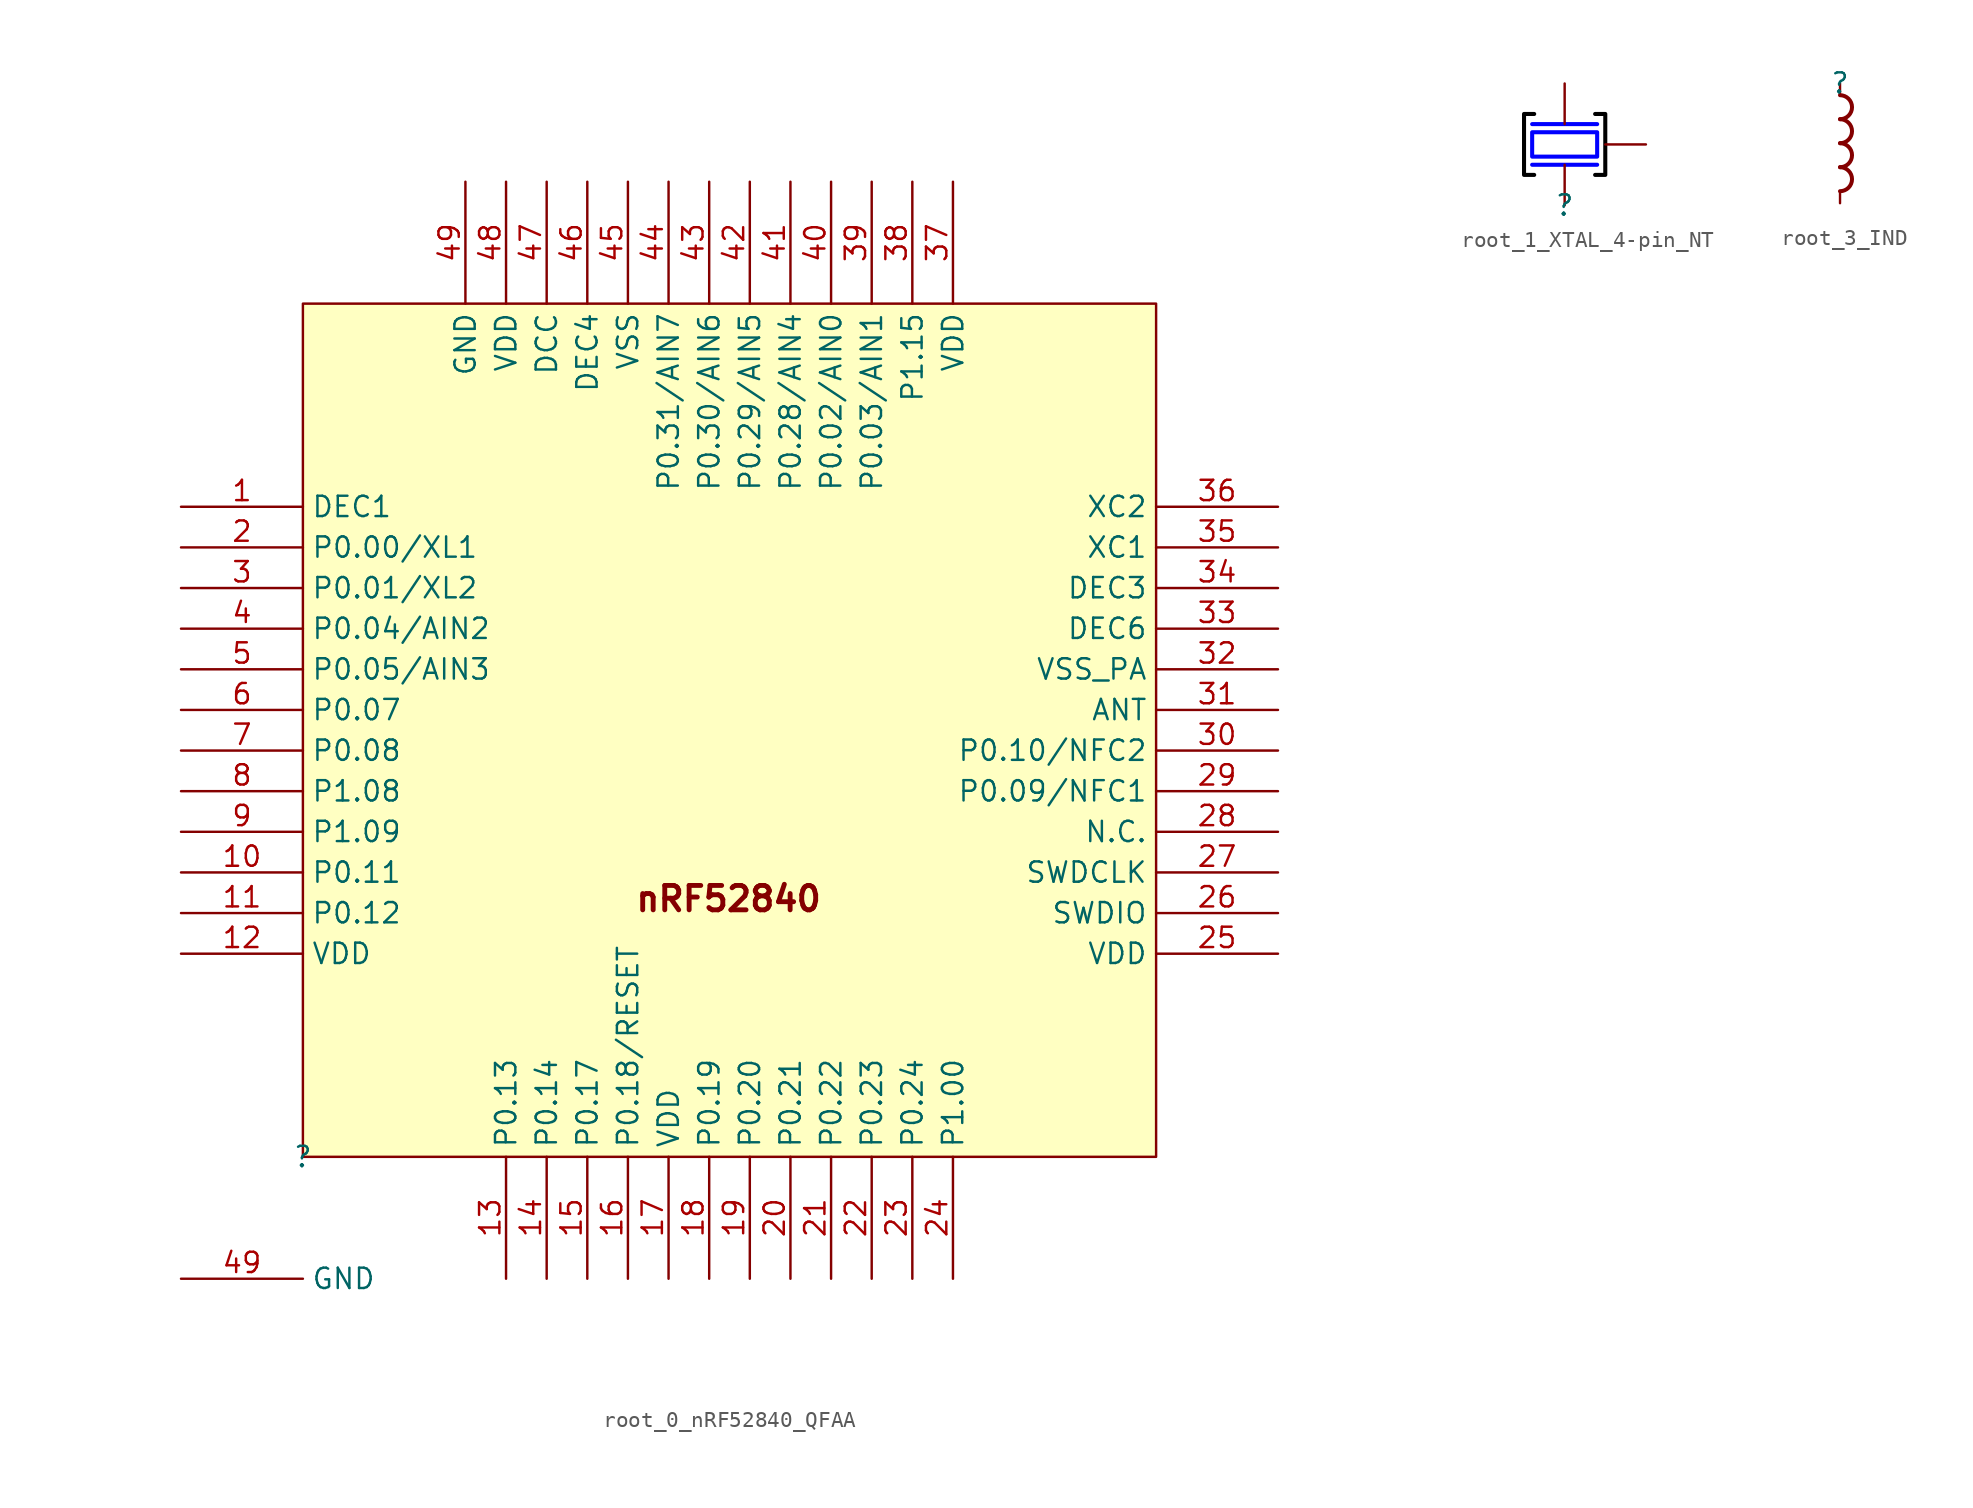
<source format=kicad_sym>
(kicad_symbol_lib
  (version 20220914)
  (generator kicad_symbol_editor)
  (symbol "root_0_nRF52840_QFAA"
    (property "Reference" ""
      (at 0 0 0)
      (effects (font (size 1.27 1.27))))
    (property "Value" ""
      (at 0 0 0)
      (effects (font (size 1.27 1.27))))
    (symbol "root_0_nRF52840_QFAA_1_0"
      (rectangle (start 53.34 53.34) (end 0 0) (stroke (width 0) (type solid)) (fill (type background)))
      (text "nRF52840" (at 20.681 15.24 0) (effects (font (size 1.524 1.524) bold) (justify left bottom)))
      (pin power_in line (at -7.62 40.64 0) (length 7.62) (name "DEC1" (effects (font (size 1.27 1.27)))) (number "1" (effects (font (size 1.27 1.27)))))
      (pin bidirectional line (at -7.62 17.78 0) (length 7.62) (name "P0.11" (effects (font (size 1.27 1.27)))) (number "10" (effects (font (size 1.27 1.27)))))
      (pin bidirectional line (at -7.62 15.24 0) (length 7.62) (name "P0.12" (effects (font (size 1.27 1.27)))) (number "11" (effects (font (size 1.27 1.27)))))
      (pin power_in line (at -7.62 12.7 0) (length 7.62) (name "VDD" (effects (font (size 1.27 1.27)))) (number "12" (effects (font (size 1.27 1.27)))))
      (pin bidirectional line (at 12.7 -7.62 90) (length 7.62) (name "P0.13" (effects (font (size 1.27 1.27)))) (number "13" (effects (font (size 1.27 1.27)))))
      (pin bidirectional line (at 15.24 -7.62 90) (length 7.62) (name "P0.14" (effects (font (size 1.27 1.27)))) (number "14" (effects (font (size 1.27 1.27)))))
      (pin bidirectional line (at 17.78 -7.62 90) (length 7.62) (name "P0.17" (effects (font (size 1.27 1.27)))) (number "15" (effects (font (size 1.27 1.27)))))
      (pin bidirectional line (at 20.32 -7.62 90) (length 7.62) (name "P0.18/RESET" (effects (font (size 1.27 1.27)))) (number "16" (effects (font (size 1.27 1.27)))))
      (pin power_in line (at 22.86 -7.62 90) (length 7.62) (name "VDD" (effects (font (size 1.27 1.27)))) (number "17" (effects (font (size 1.27 1.27)))))
      (pin bidirectional line (at 25.4 -7.62 90) (length 7.62) (name "P0.19" (effects (font (size 1.27 1.27)))) (number "18" (effects (font (size 1.27 1.27)))))
      (pin bidirectional line (at 27.94 -7.62 90) (length 7.62) (name "P0.20" (effects (font (size 1.27 1.27)))) (number "19" (effects (font (size 1.27 1.27)))))
      (pin bidirectional line (at -7.62 38.1 0) (length 7.62) (name "P0.00/XL1" (effects (font (size 1.27 1.27)))) (number "2" (effects (font (size 1.27 1.27)))))
      (pin bidirectional line (at 30.48 -7.62 90) (length 7.62) (name "P0.21" (effects (font (size 1.27 1.27)))) (number "20" (effects (font (size 1.27 1.27)))))
      (pin bidirectional line (at 33.02 -7.62 90) (length 7.62) (name "P0.22" (effects (font (size 1.27 1.27)))) (number "21" (effects (font (size 1.27 1.27)))))
      (pin bidirectional line (at 35.56 -7.62 90) (length 7.62) (name "P0.23" (effects (font (size 1.27 1.27)))) (number "22" (effects (font (size 1.27 1.27)))))
      (pin bidirectional line (at 38.1 -7.62 90) (length 7.62) (name "P0.24" (effects (font (size 1.27 1.27)))) (number "23" (effects (font (size 1.27 1.27)))))
      (pin bidirectional line (at 40.64 -7.62 90) (length 7.62) (name "P1.00" (effects (font (size 1.27 1.27)))) (number "24" (effects (font (size 1.27 1.27)))))
      (pin power_in line (at 60.96 12.7 180) (length 7.62) (name "VDD" (effects (font (size 1.27 1.27)))) (number "25" (effects (font (size 1.27 1.27)))))
      (pin input line (at 60.96 15.24 180) (length 7.62) (name "SWDIO" (effects (font (size 1.27 1.27)))) (number "26" (effects (font (size 1.27 1.27)))))
      (pin bidirectional line (at 60.96 17.78 180) (length 7.62) (name "SWDCLK" (effects (font (size 1.27 1.27)))) (number "27" (effects (font (size 1.27 1.27)))))
      (pin passive line (at 60.96 20.32 180) (length 7.62) (name "N.C." (effects (font (size 1.27 1.27)))) (number "28" (effects (font (size 1.27 1.27)))))
      (pin bidirectional line (at 60.96 22.86 180) (length 7.62) (name "P0.09/NFC1" (effects (font (size 1.27 1.27)))) (number "29" (effects (font (size 1.27 1.27)))))
      (pin bidirectional line (at -7.62 35.56 0) (length 7.62) (name "P0.01/XL2" (effects (font (size 1.27 1.27)))) (number "3" (effects (font (size 1.27 1.27)))))
      (pin bidirectional line (at 60.96 25.4 180) (length 7.62) (name "P0.10/NFC2" (effects (font (size 1.27 1.27)))) (number "30" (effects (font (size 1.27 1.27)))))
      (pin bidirectional line (at 60.96 27.94 180) (length 7.62) (name "ANT" (effects (font (size 1.27 1.27)))) (number "31" (effects (font (size 1.27 1.27)))))
      (pin power_in line (at 60.96 30.48 180) (length 7.62) (name "VSS_PA" (effects (font (size 1.27 1.27)))) (number "32" (effects (font (size 1.27 1.27)))))
      (pin power_in line (at 60.96 33.02 180) (length 7.62) (name "DEC6" (effects (font (size 1.27 1.27)))) (number "33" (effects (font (size 1.27 1.27)))))
      (pin power_in line (at 60.96 35.56 180) (length 7.62) (name "DEC3" (effects (font (size 1.27 1.27)))) (number "34" (effects (font (size 1.27 1.27)))))
      (pin input line (at 60.96 38.1 180) (length 7.62) (name "XC1" (effects (font (size 1.27 1.27)))) (number "35" (effects (font (size 1.27 1.27)))))
      (pin output line (at 60.96 40.64 180) (length 7.62) (name "XC2" (effects (font (size 1.27 1.27)))) (number "36" (effects (font (size 1.27 1.27)))))
      (pin power_in line (at 40.64 60.96 270) (length 7.62) (name "VDD" (effects (font (size 1.27 1.27)))) (number "37" (effects (font (size 1.27 1.27)))))
      (pin bidirectional line (at 38.1 60.96 270) (length 7.62) (name "P1.15" (effects (font (size 1.27 1.27)))) (number "38" (effects (font (size 1.27 1.27)))))
      (pin bidirectional line (at 35.56 60.96 270) (length 7.62) (name "P0.03/AIN1" (effects (font (size 1.27 1.27)))) (number "39" (effects (font (size 1.27 1.27)))))
      (pin bidirectional line (at -7.62 33.02 0) (length 7.62) (name "P0.04/AIN2" (effects (font (size 1.27 1.27)))) (number "4" (effects (font (size 1.27 1.27)))))
      (pin bidirectional line (at 33.02 60.96 270) (length 7.62) (name "P0.02/AIN0" (effects (font (size 1.27 1.27)))) (number "40" (effects (font (size 1.27 1.27)))))
      (pin bidirectional line (at 30.48 60.96 270) (length 7.62) (name "P0.28/AIN4" (effects (font (size 1.27 1.27)))) (number "41" (effects (font (size 1.27 1.27)))))
      (pin bidirectional line (at 27.94 60.96 270) (length 7.62) (name "P0.29/AIN5" (effects (font (size 1.27 1.27)))) (number "42" (effects (font (size 1.27 1.27)))))
      (pin bidirectional line (at 25.4 60.96 270) (length 7.62) (name "P0.30/AIN6" (effects (font (size 1.27 1.27)))) (number "43" (effects (font (size 1.27 1.27)))))
      (pin bidirectional line (at 22.86 60.96 270) (length 7.62) (name "P0.31/AIN7" (effects (font (size 1.27 1.27)))) (number "44" (effects (font (size 1.27 1.27)))))
      (pin power_in line (at 20.32 60.96 270) (length 7.62) (name "VSS" (effects (font (size 1.27 1.27)))) (number "45" (effects (font (size 1.27 1.27)))))
      (pin power_in line (at 17.78 60.96 270) (length 7.62) (name "DEC4" (effects (font (size 1.27 1.27)))) (number "46" (effects (font (size 1.27 1.27)))))
      (pin output line (at 15.24 60.96 270) (length 7.62) (name "DCC" (effects (font (size 1.27 1.27)))) (number "47" (effects (font (size 1.27 1.27)))))
      (pin power_in line (at 12.7 60.96 270) (length 7.62) (name "VDD" (effects (font (size 1.27 1.27)))) (number "48" (effects (font (size 1.27 1.27)))))
      (pin power_in line (at -7.62 -7.62 0) (length 7.62) (name "GND" (effects (font (size 1.27 1.27)))) (number "49" (effects (font (size 1.27 1.27)))))
      (pin power_in line (at 10.16 60.96 270) (length 7.62) (name "GND" (effects (font (size 1.27 1.27)))) (number "49" (effects (font (size 1.27 1.27)))))
      (pin bidirectional line (at -7.62 30.48 0) (length 7.62) (name "P0.05/AIN3" (effects (font (size 1.27 1.27)))) (number "5" (effects (font (size 1.27 1.27)))))
      (pin bidirectional line (at -7.62 27.94 0) (length 7.62) (name "P0.07" (effects (font (size 1.27 1.27)))) (number "6" (effects (font (size 1.27 1.27)))))
      (pin bidirectional line (at -7.62 25.4 0) (length 7.62) (name "P0.08" (effects (font (size 1.27 1.27)))) (number "7" (effects (font (size 1.27 1.27)))))
      (pin bidirectional line (at -7.62 22.86 0) (length 7.62) (name "P1.08" (effects (font (size 1.27 1.27)))) (number "8" (effects (font (size 1.27 1.27)))))
      (pin bidirectional line (at -7.62 20.32 0) (length 7.62) (name "P1.09" (effects (font (size 1.27 1.27)))) (number "9" (effects (font (size 1.27 1.27)))))))
  (symbol "root_1_XTAL_4-pin_NT"
    (property "Reference" ""
      (at 0 0 0)
      (effects (font (size 1.27 1.27))))
    (property "Value" ""
      (at 0 0 0)
      (effects (font (size 1.27 1.27))))
    (symbol "root_1_XTAL_4-pin_NT_1_0"
      (polyline (pts (xy -2.032 2.54) (xy 2.032 2.54)) (stroke (width 0.254) (type solid) (color 0 0 255 1)) (fill (type none)))
      (polyline (pts (xy -2.032 5.08) (xy 2.032 5.08)) (stroke (width 0.254) (type solid) (color 0 0 255 1)) (fill (type none)))
      (polyline (pts (xy -1.905 1.905) (xy -2.54 1.905) (xy -2.54 5.715) (xy -1.905 5.715)) (stroke (width 0.254) (type solid) (color 0 0 0 1)) (fill (type none)))
      (polyline (pts (xy 1.905 1.905) (xy 2.54 1.905) (xy 2.54 5.715) (xy 1.905 5.715)) (stroke (width 0.254) (type solid) (color 0 0 0 1)) (fill (type none)))
      (polyline (pts (xy 2.032 4.572) (xy -2.032 4.572) (xy -2.032 3.048) (xy 2.032 3.048) (xy 2.032 4.572)) (stroke (width 0.254) (type solid) (color 0 0 255 1)) (fill (type none)))
      (pin passive line (at 0 0 90) (length 2.54) (name "IN" (effects (font (size 0 0)))) (number "1" (effects (font (size 0 0)))))
      (pin passive line (at 5.08 3.81 180) (length 2.54) (name "GND" (effects (font (size 0 0)))) (number "2" (effects (font (size 0 0)))))
      (pin passive line (at 0 7.62 270) (length 2.54) (name "OUT" (effects (font (size 0 0)))) (number "3" (effects (font (size 0 0)))))))
  (symbol "root_3_IND"
    (property "Reference" ""
      (at 0 0 0)
      (effects (font (size 1.27 1.27))))
    (property "Value" ""
      (at 0 0 0)
      (effects (font (size 1.27 1.27))))
    (symbol "root_3_IND_1_0"
      (arc (start 0 -6.858) (mid 0.762 -6.096) (end 0 -5.334) (stroke (width 0.254) (type solid)) (fill (type none)))
      (arc (start 0 -5.334) (mid 0.762 -4.572) (end 0 -3.81) (stroke (width 0.254) (type solid)) (fill (type none)))
      (arc (start 0 -3.81) (mid 0.762 -3.048) (end 0 -2.286) (stroke (width 0.254) (type solid)) (fill (type none)))
      (arc (start 0 -2.286) (mid 0.762 -1.524) (end 0 -0.762) (stroke (width 0.254) (type solid)) (fill (type none)))
      (pin passive line (at 0 0 270) (length 0.762) (name "1" (effects (font (size 0 0)))) (number "1" (effects (font (size 0 0)))))
      (pin passive line (at 0 -7.62 90) (length 0.762) (name "2" (effects (font (size 0 0)))) (number "2" (effects (font (size 0 0))))))))
</source>
